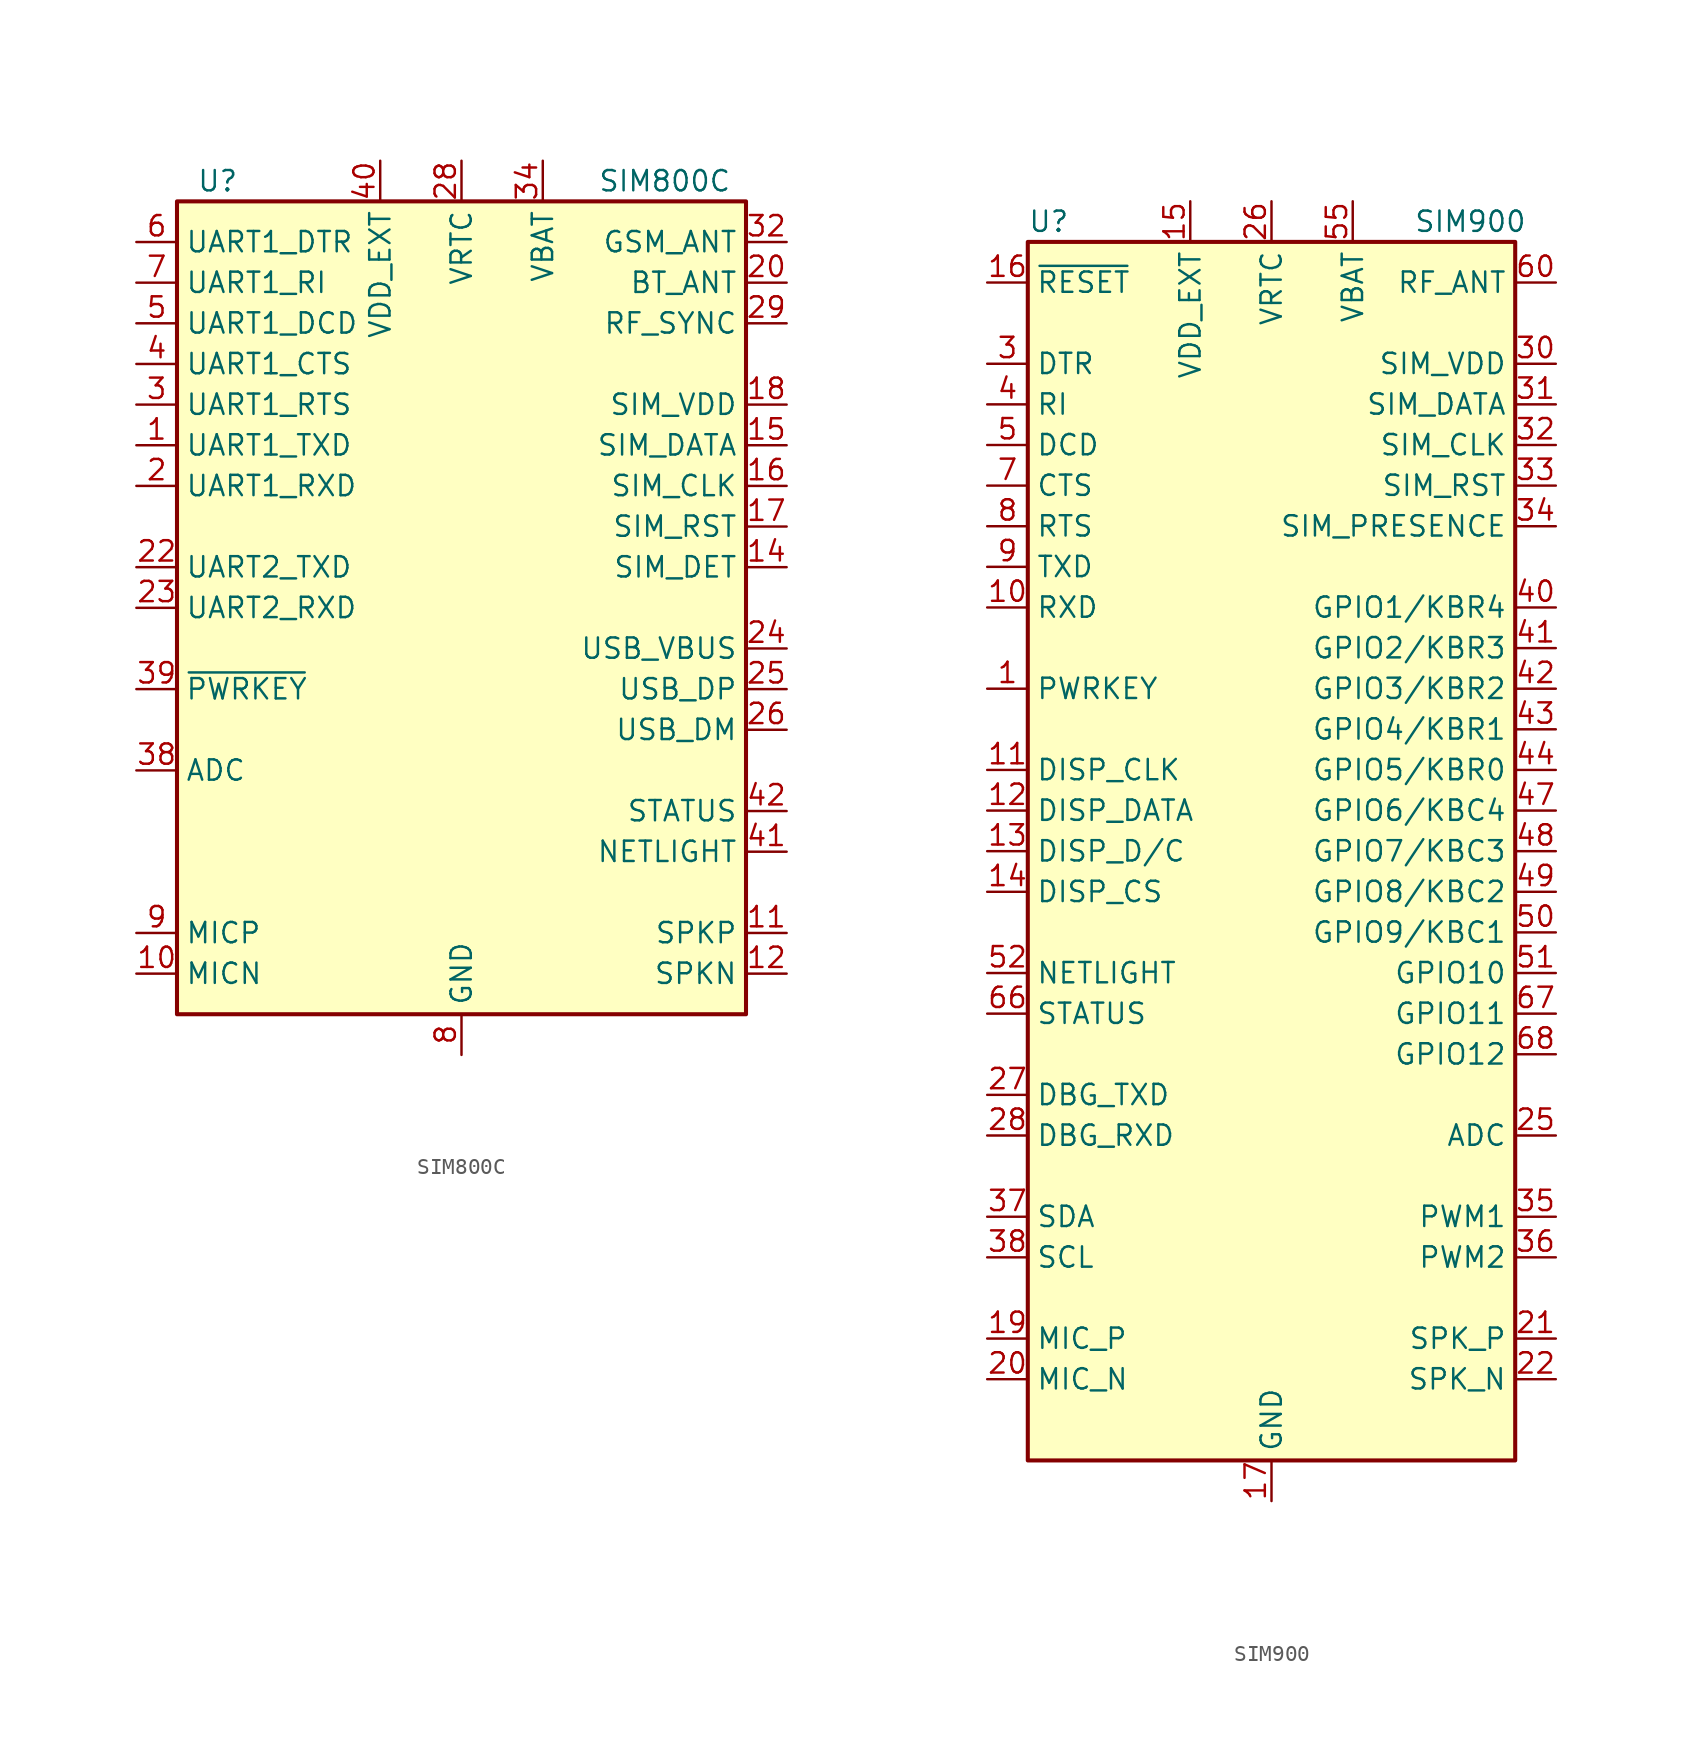
<source format=kicad_sym>
(kicad_symbol_lib
  (version 20241209)
  (generator "kicad_symbol_editor")
  (generator_version "9.0")
  (symbol "SIM800C"
    (property "Reference" "U"
      (at -15.24 26.67 0)
      (effects (font (size 1.27 1.27))))
    (property "Value" "SIM800C"
      (at 12.7 26.67 0)
      (effects (font (size 1.27 1.27))))
    (symbol "SIM800C_0_1"
      (rectangle (start -17.78 25.4) (end 17.78 -25.4) (stroke (width 0.254) (type default)) (fill (type background))))
    (symbol "SIM800C_1_1"
      (pin input line (at -20.32 22.86 0) (length 2.54) (name "UART1_DTR" (effects (font (size 1.27 1.27)))) (number "6" (effects (font (size 1.27 1.27)))))
      (pin output line (at -20.32 20.32 0) (length 2.54) (name "UART1_RI" (effects (font (size 1.27 1.27)))) (number "7" (effects (font (size 1.27 1.27)))))
      (pin output line (at -20.32 17.78 0) (length 2.54) (name "UART1_DCD" (effects (font (size 1.27 1.27)))) (number "5" (effects (font (size 1.27 1.27)))))
      (pin output line (at -20.32 15.24 0) (length 2.54) (name "UART1_CTS" (effects (font (size 1.27 1.27)))) (number "4" (effects (font (size 1.27 1.27)))))
      (pin input line (at -20.32 12.7 0) (length 2.54) (name "UART1_RTS" (effects (font (size 1.27 1.27)))) (number "3" (effects (font (size 1.27 1.27)))))
      (pin output line (at -20.32 10.16 0) (length 2.54) (name "UART1_TXD" (effects (font (size 1.27 1.27)))) (number "1" (effects (font (size 1.27 1.27)))))
      (pin input line (at -20.32 7.62 0) (length 2.54) (name "UART1_RXD" (effects (font (size 1.27 1.27)))) (number "2" (effects (font (size 1.27 1.27)))))
      (pin output line (at -20.32 2.54 0) (length 2.54) (name "UART2_TXD" (effects (font (size 1.27 1.27)))) (number "22" (effects (font (size 1.27 1.27)))))
      (pin input line (at -20.32 0 0) (length 2.54) (name "UART2_RXD" (effects (font (size 1.27 1.27)))) (number "23" (effects (font (size 1.27 1.27)))))
      (pin input line (at -20.32 -5.08 0) (length 2.54) (name "~{PWRKEY}" (effects (font (size 1.27 1.27)))) (number "39" (effects (font (size 1.27 1.27)))))
      (pin input line (at -20.32 -10.16 0) (length 2.54) (name "ADC" (effects (font (size 1.27 1.27)))) (number "38" (effects (font (size 1.27 1.27)))))
      (pin input line (at -20.32 -20.32 0) (length 2.54) (name "MICP" (effects (font (size 1.27 1.27)))) (number "9" (effects (font (size 1.27 1.27)))))
      (pin input line (at -20.32 -22.86 0) (length 2.54) (name "MICN" (effects (font (size 1.27 1.27)))) (number "10" (effects (font (size 1.27 1.27)))))
      (pin power_out line (at -5.08 27.94 270) (length 2.54) (name "VDD_EXT" (effects (font (size 1.27 1.27)))) (number "40" (effects (font (size 1.27 1.27)))))
      (pin power_in line (at 0 27.94 270) (length 2.54) (name "VRTC" (effects (font (size 1.27 1.27)))) (number "28" (effects (font (size 1.27 1.27)))))
      (pin passive line (at 0 -27.94 90) (length 2.54) (hide yes) (name "GND" (effects (font (size 1.27 1.27)))) (number "13" (effects (font (size 1.27 1.27)))))
      (pin passive line (at 0 -27.94 90) (length 2.54) (hide yes) (name "GND" (effects (font (size 1.27 1.27)))) (number "19" (effects (font (size 1.27 1.27)))))
      (pin passive line (at 0 -27.94 90) (length 2.54) (hide yes) (name "GND" (effects (font (size 1.27 1.27)))) (number "21" (effects (font (size 1.27 1.27)))))
      (pin passive line (at 0 -27.94 90) (length 2.54) (hide yes) (name "GND" (effects (font (size 1.27 1.27)))) (number "27" (effects (font (size 1.27 1.27)))))
      (pin passive line (at 0 -27.94 90) (length 2.54) (hide yes) (name "GND" (effects (font (size 1.27 1.27)))) (number "30" (effects (font (size 1.27 1.27)))))
      (pin passive line (at 0 -27.94 90) (length 2.54) (hide yes) (name "GND" (effects (font (size 1.27 1.27)))) (number "31" (effects (font (size 1.27 1.27)))))
      (pin passive line (at 0 -27.94 90) (length 2.54) (hide yes) (name "GND" (effects (font (size 1.27 1.27)))) (number "33" (effects (font (size 1.27 1.27)))))
      (pin passive line (at 0 -27.94 90) (length 2.54) (hide yes) (name "GND" (effects (font (size 1.27 1.27)))) (number "36" (effects (font (size 1.27 1.27)))))
      (pin passive line (at 0 -27.94 90) (length 2.54) (hide yes) (name "GND" (effects (font (size 1.27 1.27)))) (number "37" (effects (font (size 1.27 1.27)))))
      (pin power_in line (at 0 -27.94 90) (length 2.54) (name "GND" (effects (font (size 1.27 1.27)))) (number "8" (effects (font (size 1.27 1.27)))))
      (pin power_in line (at 5.08 27.94 270) (length 2.54) (name "VBAT" (effects (font (size 1.27 1.27)))) (number "34" (effects (font (size 1.27 1.27)))))
      (pin passive line (at 5.08 27.94 270) (length 2.54) (hide yes) (name "VBAT" (effects (font (size 1.27 1.27)))) (number "35" (effects (font (size 1.27 1.27)))))
      (pin passive line (at 20.32 22.86 180) (length 2.54) (name "GSM_ANT" (effects (font (size 1.27 1.27)))) (number "32" (effects (font (size 1.27 1.27)))))
      (pin passive line (at 20.32 20.32 180) (length 2.54) (name "BT_ANT" (effects (font (size 1.27 1.27)))) (number "20" (effects (font (size 1.27 1.27)))))
      (pin output line (at 20.32 17.78 180) (length 2.54) (name "RF_SYNC" (effects (font (size 1.27 1.27)))) (number "29" (effects (font (size 1.27 1.27)))))
      (pin power_out line (at 20.32 12.7 180) (length 2.54) (name "SIM_VDD" (effects (font (size 1.27 1.27)))) (number "18" (effects (font (size 1.27 1.27)))))
      (pin bidirectional line (at 20.32 10.16 180) (length 2.54) (name "SIM_DATA" (effects (font (size 1.27 1.27)))) (number "15" (effects (font (size 1.27 1.27)))))
      (pin output line (at 20.32 7.62 180) (length 2.54) (name "SIM_CLK" (effects (font (size 1.27 1.27)))) (number "16" (effects (font (size 1.27 1.27)))))
      (pin output line (at 20.32 5.08 180) (length 2.54) (name "SIM_RST" (effects (font (size 1.27 1.27)))) (number "17" (effects (font (size 1.27 1.27)))))
      (pin input line (at 20.32 2.54 180) (length 2.54) (name "SIM_DET" (effects (font (size 1.27 1.27)))) (number "14" (effects (font (size 1.27 1.27)))))
      (pin input line (at 20.32 -2.54 180) (length 2.54) (name "USB_VBUS" (effects (font (size 1.27 1.27)))) (number "24" (effects (font (size 1.27 1.27)))))
      (pin bidirectional line (at 20.32 -5.08 180) (length 2.54) (name "USB_DP" (effects (font (size 1.27 1.27)))) (number "25" (effects (font (size 1.27 1.27)))))
      (pin bidirectional line (at 20.32 -7.62 180) (length 2.54) (name "USB_DM" (effects (font (size 1.27 1.27)))) (number "26" (effects (font (size 1.27 1.27)))))
      (pin output line (at 20.32 -12.7 180) (length 2.54) (name "STATUS" (effects (font (size 1.27 1.27)))) (number "42" (effects (font (size 1.27 1.27)))))
      (pin output line (at 20.32 -15.24 180) (length 2.54) (name "NETLIGHT" (effects (font (size 1.27 1.27)))) (number "41" (effects (font (size 1.27 1.27)))))
      (pin output line (at 20.32 -20.32 180) (length 2.54) (name "SPKP" (effects (font (size 1.27 1.27)))) (number "11" (effects (font (size 1.27 1.27)))))
      (pin output line (at 20.32 -22.86 180) (length 2.54) (name "SPKN" (effects (font (size 1.27 1.27)))) (number "12" (effects (font (size 1.27 1.27)))))))
  (symbol "SIM900"
    (property "Reference" "U"
      (at -15.24 39.37 0)
      (effects (font (size 1.27 1.27)) (justify left)))
    (property "Value" "SIM900"
      (at 8.89 39.37 0)
      (effects (font (size 1.27 1.27)) (justify left)))
    (symbol "SIM900_0_1"
      (rectangle (start -15.24 38.1) (end 15.24 -38.1) (stroke (width 0.254) (type default)) (fill (type background))))
    (symbol "SIM900_1_1"
      (pin input line (at -17.78 35.56 0) (length 2.54) (name "~{RESET}" (effects (font (size 1.27 1.27)))) (number "16" (effects (font (size 1.27 1.27)))))
      (pin input line (at -17.78 30.48 0) (length 2.54) (name "DTR" (effects (font (size 1.27 1.27)))) (number "3" (effects (font (size 1.27 1.27)))))
      (pin output line (at -17.78 27.94 0) (length 2.54) (name "RI" (effects (font (size 1.27 1.27)))) (number "4" (effects (font (size 1.27 1.27)))))
      (pin output line (at -17.78 25.4 0) (length 2.54) (name "DCD" (effects (font (size 1.27 1.27)))) (number "5" (effects (font (size 1.27 1.27)))))
      (pin output line (at -17.78 22.86 0) (length 2.54) (name "CTS" (effects (font (size 1.27 1.27)))) (number "7" (effects (font (size 1.27 1.27)))))
      (pin input line (at -17.78 20.32 0) (length 2.54) (name "RTS" (effects (font (size 1.27 1.27)))) (number "8" (effects (font (size 1.27 1.27)))))
      (pin output line (at -17.78 17.78 0) (length 2.54) (name "TXD" (effects (font (size 1.27 1.27)))) (number "9" (effects (font (size 1.27 1.27)))))
      (pin input line (at -17.78 15.24 0) (length 2.54) (name "RXD" (effects (font (size 1.27 1.27)))) (number "10" (effects (font (size 1.27 1.27)))))
      (pin input line (at -17.78 10.16 0) (length 2.54) (name "PWRKEY" (effects (font (size 1.27 1.27)))) (number "1" (effects (font (size 1.27 1.27)))))
      (pin output line (at -17.78 5.08 0) (length 2.54) (name "DISP_CLK" (effects (font (size 1.27 1.27)))) (number "11" (effects (font (size 1.27 1.27)))))
      (pin bidirectional line (at -17.78 2.54 0) (length 2.54) (name "DISP_DATA" (effects (font (size 1.27 1.27)))) (number "12" (effects (font (size 1.27 1.27)))))
      (pin output line (at -17.78 0 0) (length 2.54) (name "DISP_D/C" (effects (font (size 1.27 1.27)))) (number "13" (effects (font (size 1.27 1.27)))))
      (pin output line (at -17.78 -2.54 0) (length 2.54) (name "DISP_CS" (effects (font (size 1.27 1.27)))) (number "14" (effects (font (size 1.27 1.27)))))
      (pin output line (at -17.78 -7.62 0) (length 2.54) (name "NETLIGHT" (effects (font (size 1.27 1.27)))) (number "52" (effects (font (size 1.27 1.27)))))
      (pin output line (at -17.78 -10.16 0) (length 2.54) (name "STATUS" (effects (font (size 1.27 1.27)))) (number "66" (effects (font (size 1.27 1.27)))))
      (pin output line (at -17.78 -15.24 0) (length 2.54) (name "DBG_TXD" (effects (font (size 1.27 1.27)))) (number "27" (effects (font (size 1.27 1.27)))))
      (pin input line (at -17.78 -17.78 0) (length 2.54) (name "DBG_RXD" (effects (font (size 1.27 1.27)))) (number "28" (effects (font (size 1.27 1.27)))))
      (pin bidirectional line (at -17.78 -22.86 0) (length 2.54) (name "SDA" (effects (font (size 1.27 1.27)))) (number "37" (effects (font (size 1.27 1.27)))))
      (pin output line (at -17.78 -25.4 0) (length 2.54) (name "SCL" (effects (font (size 1.27 1.27)))) (number "38" (effects (font (size 1.27 1.27)))))
      (pin input line (at -17.78 -30.48 0) (length 2.54) (name "MIC_P" (effects (font (size 1.27 1.27)))) (number "19" (effects (font (size 1.27 1.27)))))
      (pin input line (at -17.78 -33.02 0) (length 2.54) (name "MIC_N" (effects (font (size 1.27 1.27)))) (number "20" (effects (font (size 1.27 1.27)))))
      (pin power_out line (at -5.08 40.64 270) (length 2.54) (name "VDD_EXT" (effects (font (size 1.27 1.27)))) (number "15" (effects (font (size 1.27 1.27)))))
      (pin power_in line (at 0 40.64 270) (length 2.54) (name "VRTC" (effects (font (size 1.27 1.27)))) (number "26" (effects (font (size 1.27 1.27)))))
      (pin power_in line (at 0 -40.64 90) (length 2.54) (name "GND" (effects (font (size 1.27 1.27)))) (number "17" (effects (font (size 1.27 1.27)))))
      (pin passive line (at 0 -40.64 90) (length 2.54) (hide yes) (name "GND" (effects (font (size 1.27 1.27)))) (number "18" (effects (font (size 1.27 1.27)))))
      (pin passive line (at 0 -40.64 90) (length 2.54) (hide yes) (name "GND" (effects (font (size 1.27 1.27)))) (number "29" (effects (font (size 1.27 1.27)))))
      (pin passive line (at 0 -40.64 90) (length 2.54) (hide yes) (name "GND" (effects (font (size 1.27 1.27)))) (number "39" (effects (font (size 1.27 1.27)))))
      (pin passive line (at 0 -40.64 90) (length 2.54) (hide yes) (name "GND" (effects (font (size 1.27 1.27)))) (number "45" (effects (font (size 1.27 1.27)))))
      (pin passive line (at 0 -40.64 90) (length 2.54) (hide yes) (name "GND" (effects (font (size 1.27 1.27)))) (number "46" (effects (font (size 1.27 1.27)))))
      (pin passive line (at 0 -40.64 90) (length 2.54) (hide yes) (name "GND" (effects (font (size 1.27 1.27)))) (number "53" (effects (font (size 1.27 1.27)))))
      (pin passive line (at 0 -40.64 90) (length 2.54) (hide yes) (name "GND" (effects (font (size 1.27 1.27)))) (number "54" (effects (font (size 1.27 1.27)))))
      (pin passive line (at 0 -40.64 90) (length 2.54) (hide yes) (name "GND" (effects (font (size 1.27 1.27)))) (number "58" (effects (font (size 1.27 1.27)))))
      (pin passive line (at 0 -40.64 90) (length 2.54) (hide yes) (name "GND" (effects (font (size 1.27 1.27)))) (number "59" (effects (font (size 1.27 1.27)))))
      (pin passive line (at 0 -40.64 90) (length 2.54) (hide yes) (name "GND" (effects (font (size 1.27 1.27)))) (number "61" (effects (font (size 1.27 1.27)))))
      (pin passive line (at 0 -40.64 90) (length 2.54) (hide yes) (name "GND" (effects (font (size 1.27 1.27)))) (number "62" (effects (font (size 1.27 1.27)))))
      (pin passive line (at 0 -40.64 90) (length 2.54) (hide yes) (name "GND" (effects (font (size 1.27 1.27)))) (number "63" (effects (font (size 1.27 1.27)))))
      (pin passive line (at 0 -40.64 90) (length 2.54) (hide yes) (name "GND" (effects (font (size 1.27 1.27)))) (number "64" (effects (font (size 1.27 1.27)))))
      (pin passive line (at 0 -40.64 90) (length 2.54) (hide yes) (name "GND" (effects (font (size 1.27 1.27)))) (number "65" (effects (font (size 1.27 1.27)))))
      (pin power_in line (at 5.08 40.64 270) (length 2.54) (name "VBAT" (effects (font (size 1.27 1.27)))) (number "55" (effects (font (size 1.27 1.27)))))
      (pin passive line (at 5.08 40.64 270) (length 2.54) (hide yes) (name "VBAT" (effects (font (size 1.27 1.27)))) (number "56" (effects (font (size 1.27 1.27)))))
      (pin passive line (at 5.08 40.64 270) (length 2.54) (hide yes) (name "VBAT" (effects (font (size 1.27 1.27)))) (number "57" (effects (font (size 1.27 1.27)))))
      (pin no_connect line (at 15.24 33.02 180) (length 2.54) (hide yes) (name "NC" (effects (font (size 1.27 1.27)))) (number "2" (effects (font (size 1.27 1.27)))))
      (pin no_connect line (at 15.24 17.78 180) (length 2.54) (hide yes) (name "NC" (effects (font (size 1.27 1.27)))) (number "6" (effects (font (size 1.27 1.27)))))
      (pin no_connect line (at 15.24 -15.24 180) (length 2.54) (hide yes) (name "NC" (effects (font (size 1.27 1.27)))) (number "23" (effects (font (size 1.27 1.27)))))
      (pin no_connect line (at 15.24 -27.94 180) (length 2.54) (hide yes) (name "NC" (effects (font (size 1.27 1.27)))) (number "24" (effects (font (size 1.27 1.27)))))
      (pin passive line (at 17.78 35.56 180) (length 2.54) (name "RF_ANT" (effects (font (size 1.27 1.27)))) (number "60" (effects (font (size 1.27 1.27)))))
      (pin power_out line (at 17.78 30.48 180) (length 2.54) (name "SIM_VDD" (effects (font (size 1.27 1.27)))) (number "30" (effects (font (size 1.27 1.27)))))
      (pin bidirectional line (at 17.78 27.94 180) (length 2.54) (name "SIM_DATA" (effects (font (size 1.27 1.27)))) (number "31" (effects (font (size 1.27 1.27)))))
      (pin output line (at 17.78 25.4 180) (length 2.54) (name "SIM_CLK" (effects (font (size 1.27 1.27)))) (number "32" (effects (font (size 1.27 1.27)))))
      (pin output line (at 17.78 22.86 180) (length 2.54) (name "SIM_RST" (effects (font (size 1.27 1.27)))) (number "33" (effects (font (size 1.27 1.27)))))
      (pin input line (at 17.78 20.32 180) (length 2.54) (name "SIM_PRESENCE" (effects (font (size 1.27 1.27)))) (number "34" (effects (font (size 1.27 1.27)))))
      (pin bidirectional line (at 17.78 15.24 180) (length 2.54) (name "GPIO1/KBR4" (effects (font (size 1.27 1.27)))) (number "40" (effects (font (size 1.27 1.27)))))
      (pin bidirectional line (at 17.78 12.7 180) (length 2.54) (name "GPIO2/KBR3" (effects (font (size 1.27 1.27)))) (number "41" (effects (font (size 1.27 1.27)))))
      (pin bidirectional line (at 17.78 10.16 180) (length 2.54) (name "GPIO3/KBR2" (effects (font (size 1.27 1.27)))) (number "42" (effects (font (size 1.27 1.27)))))
      (pin bidirectional line (at 17.78 7.62 180) (length 2.54) (name "GPIO4/KBR1" (effects (font (size 1.27 1.27)))) (number "43" (effects (font (size 1.27 1.27)))))
      (pin bidirectional line (at 17.78 5.08 180) (length 2.54) (name "GPIO5/KBR0" (effects (font (size 1.27 1.27)))) (number "44" (effects (font (size 1.27 1.27)))))
      (pin bidirectional line (at 17.78 2.54 180) (length 2.54) (name "GPIO6/KBC4" (effects (font (size 1.27 1.27)))) (number "47" (effects (font (size 1.27 1.27)))))
      (pin bidirectional line (at 17.78 0 180) (length 2.54) (name "GPIO7/KBC3" (effects (font (size 1.27 1.27)))) (number "48" (effects (font (size 1.27 1.27)))))
      (pin bidirectional line (at 17.78 -2.54 180) (length 2.54) (name "GPIO8/KBC2" (effects (font (size 1.27 1.27)))) (number "49" (effects (font (size 1.27 1.27)))))
      (pin bidirectional line (at 17.78 -5.08 180) (length 2.54) (name "GPIO9/KBC1" (effects (font (size 1.27 1.27)))) (number "50" (effects (font (size 1.27 1.27)))))
      (pin bidirectional line (at 17.78 -7.62 180) (length 2.54) (name "GPIO10" (effects (font (size 1.27 1.27)))) (number "51" (effects (font (size 1.27 1.27)))))
      (pin bidirectional line (at 17.78 -10.16 180) (length 2.54) (name "GPIO11" (effects (font (size 1.27 1.27)))) (number "67" (effects (font (size 1.27 1.27)))))
      (pin bidirectional line (at 17.78 -12.7 180) (length 2.54) (name "GPIO12" (effects (font (size 1.27 1.27)))) (number "68" (effects (font (size 1.27 1.27)))))
      (pin input line (at 17.78 -17.78 180) (length 2.54) (name "ADC" (effects (font (size 1.27 1.27)))) (number "25" (effects (font (size 1.27 1.27)))))
      (pin output line (at 17.78 -22.86 180) (length 2.54) (name "PWM1" (effects (font (size 1.27 1.27)))) (number "35" (effects (font (size 1.27 1.27)))))
      (pin output line (at 17.78 -25.4 180) (length 2.54) (name "PWM2" (effects (font (size 1.27 1.27)))) (number "36" (effects (font (size 1.27 1.27)))))
      (pin output line (at 17.78 -30.48 180) (length 2.54) (name "SPK_P" (effects (font (size 1.27 1.27)))) (number "21" (effects (font (size 1.27 1.27)))))
      (pin output line (at 17.78 -33.02 180) (length 2.54) (name "SPK_N" (effects (font (size 1.27 1.27)))) (number "22" (effects (font (size 1.27 1.27))))))))
</source>
